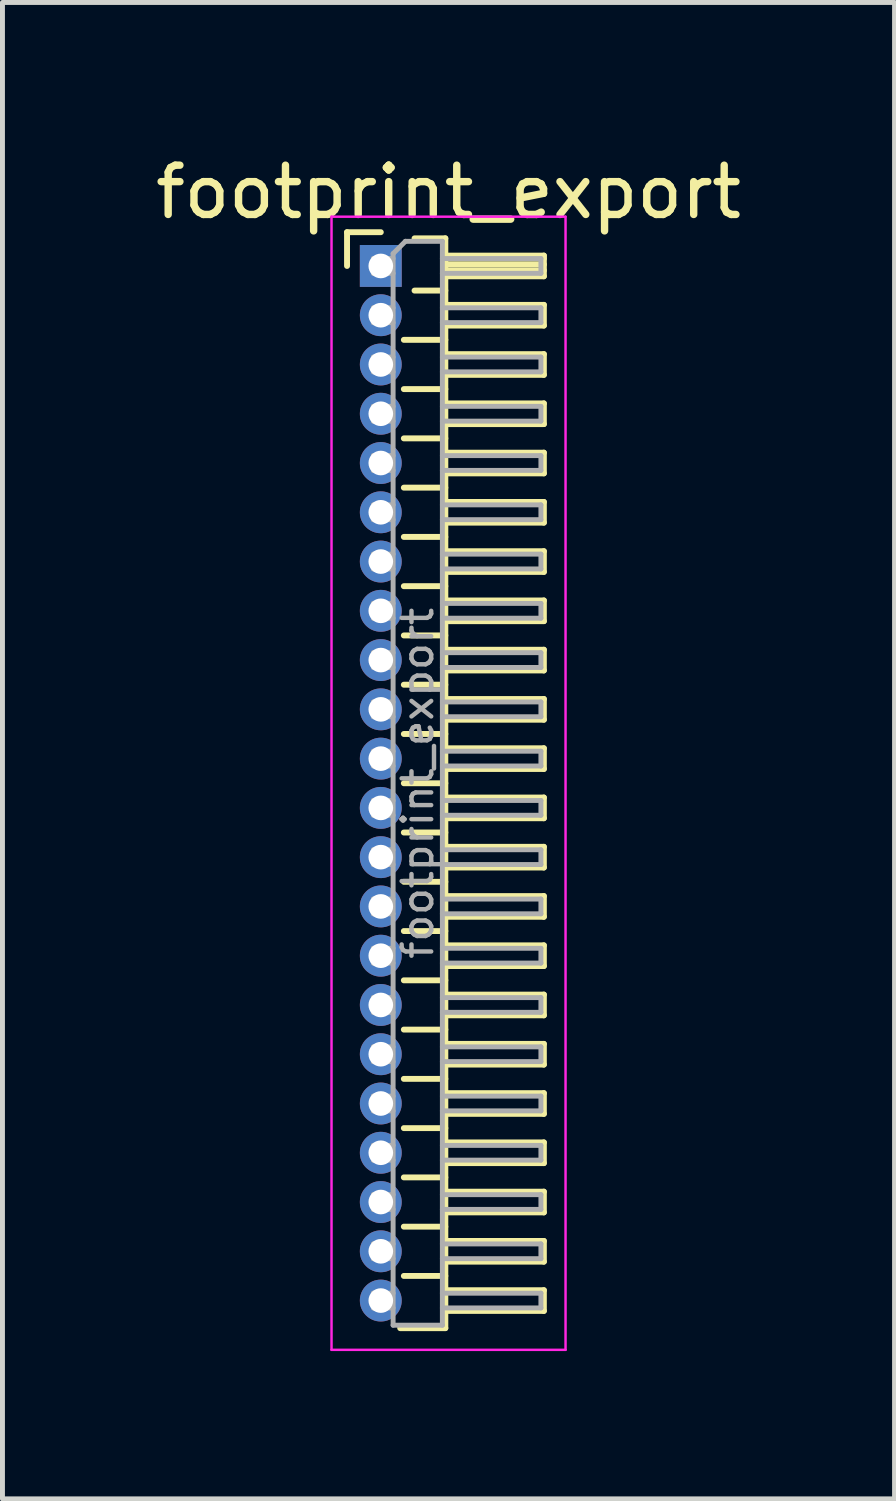
<source format=kicad_pcb>
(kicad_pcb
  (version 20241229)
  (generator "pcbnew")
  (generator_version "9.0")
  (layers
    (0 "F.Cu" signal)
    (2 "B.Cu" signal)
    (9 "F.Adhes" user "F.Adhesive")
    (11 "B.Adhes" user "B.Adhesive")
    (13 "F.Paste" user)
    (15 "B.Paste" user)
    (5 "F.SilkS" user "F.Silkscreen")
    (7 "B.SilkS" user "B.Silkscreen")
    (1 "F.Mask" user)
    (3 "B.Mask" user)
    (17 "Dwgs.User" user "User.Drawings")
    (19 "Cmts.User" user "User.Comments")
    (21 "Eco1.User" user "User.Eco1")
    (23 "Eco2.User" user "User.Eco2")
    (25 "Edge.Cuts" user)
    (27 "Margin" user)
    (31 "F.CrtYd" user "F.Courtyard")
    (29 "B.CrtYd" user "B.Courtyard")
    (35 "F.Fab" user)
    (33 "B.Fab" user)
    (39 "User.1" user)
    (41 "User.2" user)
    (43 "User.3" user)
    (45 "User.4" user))
  (footprint "footprint_export"
    (layer "F.Cu")
    (at 4.679 2.348)
    (property "Reference" "footprint_export" (at 1.375 -1.5 0) (layer "F.SilkS") (effects (font (size 1 1) (thickness 0.15))))
    (attr through_hole)
    (fp_line (start -0.685 -0.685) (end 0 -0.685) (stroke (width 0.12) (type solid)) (layer "F.SilkS"))
    (fp_line (start -0.685 0) (end -0.685 -0.685) (stroke (width 0.12) (type solid)) (layer "F.SilkS"))
    (fp_line (start 0.468 1.5) (end 1.31 1.5) (stroke (width 0.12) (type solid)) (layer "F.SilkS"))
    (fp_line (start 0.468 2.5) (end 1.31 2.5) (stroke (width 0.12) (type solid)) (layer "F.SilkS"))
    (fp_line (start 0.468 3.5) (end 1.31 3.5) (stroke (width 0.12) (type solid)) (layer "F.SilkS"))
    (fp_line (start 0.468 4.5) (end 1.31 4.5) (stroke (width 0.12) (type solid)) (layer "F.SilkS"))
    (fp_line (start 0.468 5.5) (end 1.31 5.5) (stroke (width 0.12) (type solid)) (layer "F.SilkS"))
    (fp_line (start 0.468 6.5) (end 1.31 6.5) (stroke (width 0.12) (type solid)) (layer "F.SilkS"))
    (fp_line (start 0.468 7.5) (end 1.31 7.5) (stroke (width 0.12) (type solid)) (layer "F.SilkS"))
    (fp_line (start 0.468 8.5) (end 1.31 8.5) (stroke (width 0.12) (type solid)) (layer "F.SilkS"))
    (fp_line (start 0.468 9.5) (end 1.31 9.5) (stroke (width 0.12) (type solid)) (layer "F.SilkS"))
    (fp_line (start 0.468 10.5) (end 1.31 10.5) (stroke (width 0.12) (type solid)) (layer "F.SilkS"))
    (fp_line (start 0.468 11.5) (end 1.31 11.5) (stroke (width 0.12) (type solid)) (layer "F.SilkS"))
    (fp_line (start 0.468 12.5) (end 1.31 12.5) (stroke (width 0.12) (type solid)) (layer "F.SilkS"))
    (fp_line (start 0.468 13.5) (end 1.31 13.5) (stroke (width 0.12) (type solid)) (layer "F.SilkS"))
    (fp_line (start 0.468 14.5) (end 1.31 14.5) (stroke (width 0.12) (type solid)) (layer "F.SilkS"))
    (fp_line (start 0.468 15.5) (end 1.31 15.5) (stroke (width 0.12) (type solid)) (layer "F.SilkS"))
    (fp_line (start 0.468 16.5) (end 1.31 16.5) (stroke (width 0.12) (type solid)) (layer "F.SilkS"))
    (fp_line (start 0.468 17.5) (end 1.31 17.5) (stroke (width 0.12) (type solid)) (layer "F.SilkS"))
    (fp_line (start 0.468 18.5) (end 1.31 18.5) (stroke (width 0.12) (type solid)) (layer "F.SilkS"))
    (fp_line (start 0.468 19.5) (end 1.31 19.5) (stroke (width 0.12) (type solid)) (layer "F.SilkS"))
    (fp_line (start 0.468 20.5) (end 1.31 20.5) (stroke (width 0.12) (type solid)) (layer "F.SilkS"))
    (fp_line (start 0.685 -0.56) (end 1.31 -0.56) (stroke (width 0.12) (type solid)) (layer "F.SilkS"))
    (fp_line (start 0.685 0.5) (end 1.31 0.5) (stroke (width 0.12) (type solid)) (layer "F.SilkS"))
    (fp_line (start 1.31 -0.56) (end 1.31 21.56) (stroke (width 0.12) (type solid)) (layer "F.SilkS"))
    (fp_line (start 1.31 -0.21) (end 3.31 -0.21) (stroke (width 0.12) (type solid)) (layer "F.SilkS"))
    (fp_line (start 1.31 -0.15) (end 3.31 -0.15) (stroke (width 0.12) (type solid)) (layer "F.SilkS"))
    (fp_line (start 1.31 -0.03) (end 3.31 -0.03) (stroke (width 0.12) (type solid)) (layer "F.SilkS"))
    (fp_line (start 1.31 0.09) (end 3.31 0.09) (stroke (width 0.12) (type solid)) (layer "F.SilkS"))
    (fp_line (start 1.31 0.79) (end 3.31 0.79) (stroke (width 0.12) (type solid)) (layer "F.SilkS"))
    (fp_line (start 1.31 1.79) (end 3.31 1.79) (stroke (width 0.12) (type solid)) (layer "F.SilkS"))
    (fp_line (start 1.31 2.79) (end 3.31 2.79) (stroke (width 0.12) (type solid)) (layer "F.SilkS"))
    (fp_line (start 1.31 3.79) (end 3.31 3.79) (stroke (width 0.12) (type solid)) (layer "F.SilkS"))
    (fp_line (start 1.31 4.79) (end 3.31 4.79) (stroke (width 0.12) (type solid)) (layer "F.SilkS"))
    (fp_line (start 1.31 5.79) (end 3.31 5.79) (stroke (width 0.12) (type solid)) (layer "F.SilkS"))
    (fp_line (start 1.31 6.79) (end 3.31 6.79) (stroke (width 0.12) (type solid)) (layer "F.SilkS"))
    (fp_line (start 1.31 7.79) (end 3.31 7.79) (stroke (width 0.12) (type solid)) (layer "F.SilkS"))
    (fp_line (start 1.31 8.79) (end 3.31 8.79) (stroke (width 0.12) (type solid)) (layer "F.SilkS"))
    (fp_line (start 1.31 9.79) (end 3.31 9.79) (stroke (width 0.12) (type solid)) (layer "F.SilkS"))
    (fp_line (start 1.31 10.79) (end 3.31 10.79) (stroke (width 0.12) (type solid)) (layer "F.SilkS"))
    (fp_line (start 1.31 11.79) (end 3.31 11.79) (stroke (width 0.12) (type solid)) (layer "F.SilkS"))
    (fp_line (start 1.31 12.79) (end 3.31 12.79) (stroke (width 0.12) (type solid)) (layer "F.SilkS"))
    (fp_line (start 1.31 13.79) (end 3.31 13.79) (stroke (width 0.12) (type solid)) (layer "F.SilkS"))
    (fp_line (start 1.31 14.79) (end 3.31 14.79) (stroke (width 0.12) (type solid)) (layer "F.SilkS"))
    (fp_line (start 1.31 15.79) (end 3.31 15.79) (stroke (width 0.12) (type solid)) (layer "F.SilkS"))
    (fp_line (start 1.31 16.79) (end 3.31 16.79) (stroke (width 0.12) (type solid)) (layer "F.SilkS"))
    (fp_line (start 1.31 17.79) (end 3.31 17.79) (stroke (width 0.12) (type solid)) (layer "F.SilkS"))
    (fp_line (start 1.31 18.79) (end 3.31 18.79) (stroke (width 0.12) (type solid)) (layer "F.SilkS"))
    (fp_line (start 1.31 19.79) (end 3.31 19.79) (stroke (width 0.12) (type solid)) (layer "F.SilkS"))
    (fp_line (start 1.31 20.79) (end 3.31 20.79) (stroke (width 0.12) (type solid)) (layer "F.SilkS"))
    (fp_line (start 1.31 21.56) (end 0.394 21.56) (stroke (width 0.12) (type solid)) (layer "F.SilkS"))
    (fp_line (start 3.31 -0.21) (end 3.31 0.21) (stroke (width 0.12) (type solid)) (layer "F.SilkS"))
    (fp_line (start 3.31 0.21) (end 1.31 0.21) (stroke (width 0.12) (type solid)) (layer "F.SilkS"))
    (fp_line (start 3.31 0.79) (end 3.31 1.21) (stroke (width 0.12) (type solid)) (layer "F.SilkS"))
    (fp_line (start 3.31 1.21) (end 1.31 1.21) (stroke (width 0.12) (type solid)) (layer "F.SilkS"))
    (fp_line (start 3.31 1.79) (end 3.31 2.21) (stroke (width 0.12) (type solid)) (layer "F.SilkS"))
    (fp_line (start 3.31 2.21) (end 1.31 2.21) (stroke (width 0.12) (type solid)) (layer "F.SilkS"))
    (fp_line (start 3.31 2.79) (end 3.31 3.21) (stroke (width 0.12) (type solid)) (layer "F.SilkS"))
    (fp_line (start 3.31 3.21) (end 1.31 3.21) (stroke (width 0.12) (type solid)) (layer "F.SilkS"))
    (fp_line (start 3.31 3.79) (end 3.31 4.21) (stroke (width 0.12) (type solid)) (layer "F.SilkS"))
    (fp_line (start 3.31 4.21) (end 1.31 4.21) (stroke (width 0.12) (type solid)) (layer "F.SilkS"))
    (fp_line (start 3.31 4.79) (end 3.31 5.21) (stroke (width 0.12) (type solid)) (layer "F.SilkS"))
    (fp_line (start 3.31 5.21) (end 1.31 5.21) (stroke (width 0.12) (type solid)) (layer "F.SilkS"))
    (fp_line (start 3.31 5.79) (end 3.31 6.21) (stroke (width 0.12) (type solid)) (layer "F.SilkS"))
    (fp_line (start 3.31 6.21) (end 1.31 6.21) (stroke (width 0.12) (type solid)) (layer "F.SilkS"))
    (fp_line (start 3.31 6.79) (end 3.31 7.21) (stroke (width 0.12) (type solid)) (layer "F.SilkS"))
    (fp_line (start 3.31 7.21) (end 1.31 7.21) (stroke (width 0.12) (type solid)) (layer "F.SilkS"))
    (fp_line (start 3.31 7.79) (end 3.31 8.21) (stroke (width 0.12) (type solid)) (layer "F.SilkS"))
    (fp_line (start 3.31 8.21) (end 1.31 8.21) (stroke (width 0.12) (type solid)) (layer "F.SilkS"))
    (fp_line (start 3.31 8.79) (end 3.31 9.21) (stroke (width 0.12) (type solid)) (layer "F.SilkS"))
    (fp_line (start 3.31 9.21) (end 1.31 9.21) (stroke (width 0.12) (type solid)) (layer "F.SilkS"))
    (fp_line (start 3.31 9.79) (end 3.31 10.21) (stroke (width 0.12) (type solid)) (layer "F.SilkS"))
    (fp_line (start 3.31 10.21) (end 1.31 10.21) (stroke (width 0.12) (type solid)) (layer "F.SilkS"))
    (fp_line (start 3.31 10.79) (end 3.31 11.21) (stroke (width 0.12) (type solid)) (layer "F.SilkS"))
    (fp_line (start 3.31 11.21) (end 1.31 11.21) (stroke (width 0.12) (type solid)) (layer "F.SilkS"))
    (fp_line (start 3.31 11.79) (end 3.31 12.21) (stroke (width 0.12) (type solid)) (layer "F.SilkS"))
    (fp_line (start 3.31 12.21) (end 1.31 12.21) (stroke (width 0.12) (type solid)) (layer "F.SilkS"))
    (fp_line (start 3.31 12.79) (end 3.31 13.21) (stroke (width 0.12) (type solid)) (layer "F.SilkS"))
    (fp_line (start 3.31 13.21) (end 1.31 13.21) (stroke (width 0.12) (type solid)) (layer "F.SilkS"))
    (fp_line (start 3.31 13.79) (end 3.31 14.21) (stroke (width 0.12) (type solid)) (layer "F.SilkS"))
    (fp_line (start 3.31 14.21) (end 1.31 14.21) (stroke (width 0.12) (type solid)) (layer "F.SilkS"))
    (fp_line (start 3.31 14.79) (end 3.31 15.21) (stroke (width 0.12) (type solid)) (layer "F.SilkS"))
    (fp_line (start 3.31 15.21) (end 1.31 15.21) (stroke (width 0.12) (type solid)) (layer "F.SilkS"))
    (fp_line (start 3.31 15.79) (end 3.31 16.21) (stroke (width 0.12) (type solid)) (layer "F.SilkS"))
    (fp_line (start 3.31 16.21) (end 1.31 16.21) (stroke (width 0.12) (type solid)) (layer "F.SilkS"))
    (fp_line (start 3.31 16.79) (end 3.31 17.21) (stroke (width 0.12) (type solid)) (layer "F.SilkS"))
    (fp_line (start 3.31 17.21) (end 1.31 17.21) (stroke (width 0.12) (type solid)) (layer "F.SilkS"))
    (fp_line (start 3.31 17.79) (end 3.31 18.21) (stroke (width 0.12) (type solid)) (layer "F.SilkS"))
    (fp_line (start 3.31 18.21) (end 1.31 18.21) (stroke (width 0.12) (type solid)) (layer "F.SilkS"))
    (fp_line (start 3.31 18.79) (end 3.31 19.21) (stroke (width 0.12) (type solid)) (layer "F.SilkS"))
    (fp_line (start 3.31 19.21) (end 1.31 19.21) (stroke (width 0.12) (type solid)) (layer "F.SilkS"))
    (fp_line (start 3.31 19.79) (end 3.31 20.21) (stroke (width 0.12) (type solid)) (layer "F.SilkS"))
    (fp_line (start 3.31 20.21) (end 1.31 20.21) (stroke (width 0.12) (type solid)) (layer "F.SilkS"))
    (fp_line (start 3.31 20.79) (end 3.31 21.21) (stroke (width 0.12) (type solid)) (layer "F.SilkS"))
    (fp_line (start 3.31 21.21) (end 1.31 21.21) (stroke (width 0.12) (type solid)) (layer "F.SilkS"))
    (fp_line (start -1 -1) (end -1 22) (stroke (width 0.05) (type solid)) (layer "F.CrtYd"))
    (fp_line (start -1 22) (end 3.75 22) (stroke (width 0.05) (type solid)) (layer "F.CrtYd"))
    (fp_line (start 3.75 -1) (end -1 -1) (stroke (width 0.05) (type solid)) (layer "F.CrtYd"))
    (fp_line (start 3.75 22) (end 3.75 -1) (stroke (width 0.05) (type solid)) (layer "F.CrtYd"))
    (fp_line (start -0.15 -0.15) (end -0.15 0.15) (stroke (width 0.1) (type solid)) (layer "F.Fab"))
    (fp_line (start -0.15 -0.15) (end 0.25 -0.15) (stroke (width 0.1) (type solid)) (layer "F.Fab"))
    (fp_line (start -0.15 0.15) (end 0.25 0.15) (stroke (width 0.1) (type solid)) (layer "F.Fab"))
    (fp_line (start -0.15 0.85) (end -0.15 1.15) (stroke (width 0.1) (type solid)) (layer "F.Fab"))
    (fp_line (start -0.15 0.85) (end 0.25 0.85) (stroke (width 0.1) (type solid)) (layer "F.Fab"))
    (fp_line (start -0.15 1.15) (end 0.25 1.15) (stroke (width 0.1) (type solid)) (layer "F.Fab"))
    (fp_line (start -0.15 1.85) (end -0.15 2.15) (stroke (width 0.1) (type solid)) (layer "F.Fab"))
    (fp_line (start -0.15 1.85) (end 0.25 1.85) (stroke (width 0.1) (type solid)) (layer "F.Fab"))
    (fp_line (start -0.15 2.15) (end 0.25 2.15) (stroke (width 0.1) (type solid)) (layer "F.Fab"))
    (fp_line (start -0.15 2.85) (end -0.15 3.15) (stroke (width 0.1) (type solid)) (layer "F.Fab"))
    (fp_line (start -0.15 2.85) (end 0.25 2.85) (stroke (width 0.1) (type solid)) (layer "F.Fab"))
    (fp_line (start -0.15 3.15) (end 0.25 3.15) (stroke (width 0.1) (type solid)) (layer "F.Fab"))
    (fp_line (start -0.15 3.85) (end -0.15 4.15) (stroke (width 0.1) (type solid)) (layer "F.Fab"))
    (fp_line (start -0.15 3.85) (end 0.25 3.85) (stroke (width 0.1) (type solid)) (layer "F.Fab"))
    (fp_line (start -0.15 4.15) (end 0.25 4.15) (stroke (width 0.1) (type solid)) (layer "F.Fab"))
    (fp_line (start -0.15 4.85) (end -0.15 5.15) (stroke (width 0.1) (type solid)) (layer "F.Fab"))
    (fp_line (start -0.15 4.85) (end 0.25 4.85) (stroke (width 0.1) (type solid)) (layer "F.Fab"))
    (fp_line (start -0.15 5.15) (end 0.25 5.15) (stroke (width 0.1) (type solid)) (layer "F.Fab"))
    (fp_line (start -0.15 5.85) (end -0.15 6.15) (stroke (width 0.1) (type solid)) (layer "F.Fab"))
    (fp_line (start -0.15 5.85) (end 0.25 5.85) (stroke (width 0.1) (type solid)) (layer "F.Fab"))
    (fp_line (start -0.15 6.15) (end 0.25 6.15) (stroke (width 0.1) (type solid)) (layer "F.Fab"))
    (fp_line (start -0.15 6.85) (end -0.15 7.15) (stroke (width 0.1) (type solid)) (layer "F.Fab"))
    (fp_line (start -0.15 6.85) (end 0.25 6.85) (stroke (width 0.1) (type solid)) (layer "F.Fab"))
    (fp_line (start -0.15 7.15) (end 0.25 7.15) (stroke (width 0.1) (type solid)) (layer "F.Fab"))
    (fp_line (start -0.15 7.85) (end -0.15 8.15) (stroke (width 0.1) (type solid)) (layer "F.Fab"))
    (fp_line (start -0.15 7.85) (end 0.25 7.85) (stroke (width 0.1) (type solid)) (layer "F.Fab"))
    (fp_line (start -0.15 8.15) (end 0.25 8.15) (stroke (width 0.1) (type solid)) (layer "F.Fab"))
    (fp_line (start -0.15 8.85) (end -0.15 9.15) (stroke (width 0.1) (type solid)) (layer "F.Fab"))
    (fp_line (start -0.15 8.85) (end 0.25 8.85) (stroke (width 0.1) (type solid)) (layer "F.Fab"))
    (fp_line (start -0.15 9.15) (end 0.25 9.15) (stroke (width 0.1) (type solid)) (layer "F.Fab"))
    (fp_line (start -0.15 9.85) (end -0.15 10.15) (stroke (width 0.1) (type solid)) (layer "F.Fab"))
    (fp_line (start -0.15 9.85) (end 0.25 9.85) (stroke (width 0.1) (type solid)) (layer "F.Fab"))
    (fp_line (start -0.15 10.15) (end 0.25 10.15) (stroke (width 0.1) (type solid)) (layer "F.Fab"))
    (fp_line (start -0.15 10.85) (end -0.15 11.15) (stroke (width 0.1) (type solid)) (layer "F.Fab"))
    (fp_line (start -0.15 10.85) (end 0.25 10.85) (stroke (width 0.1) (type solid)) (layer "F.Fab"))
    (fp_line (start -0.15 11.15) (end 0.25 11.15) (stroke (width 0.1) (type solid)) (layer "F.Fab"))
    (fp_line (start -0.15 11.85) (end -0.15 12.15) (stroke (width 0.1) (type solid)) (layer "F.Fab"))
    (fp_line (start -0.15 11.85) (end 0.25 11.85) (stroke (width 0.1) (type solid)) (layer "F.Fab"))
    (fp_line (start -0.15 12.15) (end 0.25 12.15) (stroke (width 0.1) (type solid)) (layer "F.Fab"))
    (fp_line (start -0.15 12.85) (end -0.15 13.15) (stroke (width 0.1) (type solid)) (layer "F.Fab"))
    (fp_line (start -0.15 12.85) (end 0.25 12.85) (stroke (width 0.1) (type solid)) (layer "F.Fab"))
    (fp_line (start -0.15 13.15) (end 0.25 13.15) (stroke (width 0.1) (type solid)) (layer "F.Fab"))
    (fp_line (start -0.15 13.85) (end -0.15 14.15) (stroke (width 0.1) (type solid)) (layer "F.Fab"))
    (fp_line (start -0.15 13.85) (end 0.25 13.85) (stroke (width 0.1) (type solid)) (layer "F.Fab"))
    (fp_line (start -0.15 14.15) (end 0.25 14.15) (stroke (width 0.1) (type solid)) (layer "F.Fab"))
    (fp_line (start -0.15 14.85) (end -0.15 15.15) (stroke (width 0.1) (type solid)) (layer "F.Fab"))
    (fp_line (start -0.15 14.85) (end 0.25 14.85) (stroke (width 0.1) (type solid)) (layer "F.Fab"))
    (fp_line (start -0.15 15.15) (end 0.25 15.15) (stroke (width 0.1) (type solid)) (layer "F.Fab"))
    (fp_line (start -0.15 15.85) (end -0.15 16.15) (stroke (width 0.1) (type solid)) (layer "F.Fab"))
    (fp_line (start -0.15 15.85) (end 0.25 15.85) (stroke (width 0.1) (type solid)) (layer "F.Fab"))
    (fp_line (start -0.15 16.15) (end 0.25 16.15) (stroke (width 0.1) (type solid)) (layer "F.Fab"))
    (fp_line (start -0.15 16.85) (end -0.15 17.15) (stroke (width 0.1) (type solid)) (layer "F.Fab"))
    (fp_line (start -0.15 16.85) (end 0.25 16.85) (stroke (width 0.1) (type solid)) (layer "F.Fab"))
    (fp_line (start -0.15 17.15) (end 0.25 17.15) (stroke (width 0.1) (type solid)) (layer "F.Fab"))
    (fp_line (start -0.15 17.85) (end -0.15 18.15) (stroke (width 0.1) (type solid)) (layer "F.Fab"))
    (fp_line (start -0.15 17.85) (end 0.25 17.85) (stroke (width 0.1) (type solid)) (layer "F.Fab"))
    (fp_line (start -0.15 18.15) (end 0.25 18.15) (stroke (width 0.1) (type solid)) (layer "F.Fab"))
    (fp_line (start -0.15 18.85) (end -0.15 19.15) (stroke (width 0.1) (type solid)) (layer "F.Fab"))
    (fp_line (start -0.15 18.85) (end 0.25 18.85) (stroke (width 0.1) (type solid)) (layer "F.Fab"))
    (fp_line (start -0.15 19.15) (end 0.25 19.15) (stroke (width 0.1) (type solid)) (layer "F.Fab"))
    (fp_line (start -0.15 19.85) (end -0.15 20.15) (stroke (width 0.1) (type solid)) (layer "F.Fab"))
    (fp_line (start -0.15 19.85) (end 0.25 19.85) (stroke (width 0.1) (type solid)) (layer "F.Fab"))
    (fp_line (start -0.15 20.15) (end 0.25 20.15) (stroke (width 0.1) (type solid)) (layer "F.Fab"))
    (fp_line (start -0.15 20.85) (end -0.15 21.15) (stroke (width 0.1) (type solid)) (layer "F.Fab"))
    (fp_line (start -0.15 20.85) (end 0.25 20.85) (stroke (width 0.1) (type solid)) (layer "F.Fab"))
    (fp_line (start -0.15 21.15) (end 0.25 21.15) (stroke (width 0.1) (type solid)) (layer "F.Fab"))
    (fp_line (start 0.25 -0.25) (end 0.5 -0.5) (stroke (width 0.1) (type solid)) (layer "F.Fab"))
    (fp_line (start 0.25 21.5) (end 0.25 -0.25) (stroke (width 0.1) (type solid)) (layer "F.Fab"))
    (fp_line (start 0.5 -0.5) (end 1.25 -0.5) (stroke (width 0.1) (type solid)) (layer "F.Fab"))
    (fp_line (start 1.25 -0.5) (end 1.25 21.5) (stroke (width 0.1) (type solid)) (layer "F.Fab"))
    (fp_line (start 1.25 -0.15) (end 3.25 -0.15) (stroke (width 0.1) (type solid)) (layer "F.Fab"))
    (fp_line (start 1.25 0.15) (end 3.25 0.15) (stroke (width 0.1) (type solid)) (layer "F.Fab"))
    (fp_line (start 1.25 0.85) (end 3.25 0.85) (stroke (width 0.1) (type solid)) (layer "F.Fab"))
    (fp_line (start 1.25 1.15) (end 3.25 1.15) (stroke (width 0.1) (type solid)) (layer "F.Fab"))
    (fp_line (start 1.25 1.85) (end 3.25 1.85) (stroke (width 0.1) (type solid)) (layer "F.Fab"))
    (fp_line (start 1.25 2.15) (end 3.25 2.15) (stroke (width 0.1) (type solid)) (layer "F.Fab"))
    (fp_line (start 1.25 2.85) (end 3.25 2.85) (stroke (width 0.1) (type solid)) (layer "F.Fab"))
    (fp_line (start 1.25 3.15) (end 3.25 3.15) (stroke (width 0.1) (type solid)) (layer "F.Fab"))
    (fp_line (start 1.25 3.85) (end 3.25 3.85) (stroke (width 0.1) (type solid)) (layer "F.Fab"))
    (fp_line (start 1.25 4.15) (end 3.25 4.15) (stroke (width 0.1) (type solid)) (layer "F.Fab"))
    (fp_line (start 1.25 4.85) (end 3.25 4.85) (stroke (width 0.1) (type solid)) (layer "F.Fab"))
    (fp_line (start 1.25 5.15) (end 3.25 5.15) (stroke (width 0.1) (type solid)) (layer "F.Fab"))
    (fp_line (start 1.25 5.85) (end 3.25 5.85) (stroke (width 0.1) (type solid)) (layer "F.Fab"))
    (fp_line (start 1.25 6.15) (end 3.25 6.15) (stroke (width 0.1) (type solid)) (layer "F.Fab"))
    (fp_line (start 1.25 6.85) (end 3.25 6.85) (stroke (width 0.1) (type solid)) (layer "F.Fab"))
    (fp_line (start 1.25 7.15) (end 3.25 7.15) (stroke (width 0.1) (type solid)) (layer "F.Fab"))
    (fp_line (start 1.25 7.85) (end 3.25 7.85) (stroke (width 0.1) (type solid)) (layer "F.Fab"))
    (fp_line (start 1.25 8.15) (end 3.25 8.15) (stroke (width 0.1) (type solid)) (layer "F.Fab"))
    (fp_line (start 1.25 8.85) (end 3.25 8.85) (stroke (width 0.1) (type solid)) (layer "F.Fab"))
    (fp_line (start 1.25 9.15) (end 3.25 9.15) (stroke (width 0.1) (type solid)) (layer "F.Fab"))
    (fp_line (start 1.25 9.85) (end 3.25 9.85) (stroke (width 0.1) (type solid)) (layer "F.Fab"))
    (fp_line (start 1.25 10.15) (end 3.25 10.15) (stroke (width 0.1) (type solid)) (layer "F.Fab"))
    (fp_line (start 1.25 10.85) (end 3.25 10.85) (stroke (width 0.1) (type solid)) (layer "F.Fab"))
    (fp_line (start 1.25 11.15) (end 3.25 11.15) (stroke (width 0.1) (type solid)) (layer "F.Fab"))
    (fp_line (start 1.25 11.85) (end 3.25 11.85) (stroke (width 0.1) (type solid)) (layer "F.Fab"))
    (fp_line (start 1.25 12.15) (end 3.25 12.15) (stroke (width 0.1) (type solid)) (layer "F.Fab"))
    (fp_line (start 1.25 12.85) (end 3.25 12.85) (stroke (width 0.1) (type solid)) (layer "F.Fab"))
    (fp_line (start 1.25 13.15) (end 3.25 13.15) (stroke (width 0.1) (type solid)) (layer "F.Fab"))
    (fp_line (start 1.25 13.85) (end 3.25 13.85) (stroke (width 0.1) (type solid)) (layer "F.Fab"))
    (fp_line (start 1.25 14.15) (end 3.25 14.15) (stroke (width 0.1) (type solid)) (layer "F.Fab"))
    (fp_line (start 1.25 14.85) (end 3.25 14.85) (stroke (width 0.1) (type solid)) (layer "F.Fab"))
    (fp_line (start 1.25 15.15) (end 3.25 15.15) (stroke (width 0.1) (type solid)) (layer "F.Fab"))
    (fp_line (start 1.25 15.85) (end 3.25 15.85) (stroke (width 0.1) (type solid)) (layer "F.Fab"))
    (fp_line (start 1.25 16.15) (end 3.25 16.15) (stroke (width 0.1) (type solid)) (layer "F.Fab"))
    (fp_line (start 1.25 16.85) (end 3.25 16.85) (stroke (width 0.1) (type solid)) (layer "F.Fab"))
    (fp_line (start 1.25 17.15) (end 3.25 17.15) (stroke (width 0.1) (type solid)) (layer "F.Fab"))
    (fp_line (start 1.25 17.85) (end 3.25 17.85) (stroke (width 0.1) (type solid)) (layer "F.Fab"))
    (fp_line (start 1.25 18.15) (end 3.25 18.15) (stroke (width 0.1) (type solid)) (layer "F.Fab"))
    (fp_line (start 1.25 18.85) (end 3.25 18.85) (stroke (width 0.1) (type solid)) (layer "F.Fab"))
    (fp_line (start 1.25 19.15) (end 3.25 19.15) (stroke (width 0.1) (type solid)) (layer "F.Fab"))
    (fp_line (start 1.25 19.85) (end 3.25 19.85) (stroke (width 0.1) (type solid)) (layer "F.Fab"))
    (fp_line (start 1.25 20.15) (end 3.25 20.15) (stroke (width 0.1) (type solid)) (layer "F.Fab"))
    (fp_line (start 1.25 20.85) (end 3.25 20.85) (stroke (width 0.1) (type solid)) (layer "F.Fab"))
    (fp_line (start 1.25 21.15) (end 3.25 21.15) (stroke (width 0.1) (type solid)) (layer "F.Fab"))
    (fp_line (start 1.25 21.5) (end 0.25 21.5) (stroke (width 0.1) (type solid)) (layer "F.Fab"))
    (fp_line (start 3.25 -0.15) (end 3.25 0.15) (stroke (width 0.1) (type solid)) (layer "F.Fab"))
    (fp_line (start 3.25 0.85) (end 3.25 1.15) (stroke (width 0.1) (type solid)) (layer "F.Fab"))
    (fp_line (start 3.25 1.85) (end 3.25 2.15) (stroke (width 0.1) (type solid)) (layer "F.Fab"))
    (fp_line (start 3.25 2.85) (end 3.25 3.15) (stroke (width 0.1) (type solid)) (layer "F.Fab"))
    (fp_line (start 3.25 3.85) (end 3.25 4.15) (stroke (width 0.1) (type solid)) (layer "F.Fab"))
    (fp_line (start 3.25 4.85) (end 3.25 5.15) (stroke (width 0.1) (type solid)) (layer "F.Fab"))
    (fp_line (start 3.25 5.85) (end 3.25 6.15) (stroke (width 0.1) (type solid)) (layer "F.Fab"))
    (fp_line (start 3.25 6.85) (end 3.25 7.15) (stroke (width 0.1) (type solid)) (layer "F.Fab"))
    (fp_line (start 3.25 7.85) (end 3.25 8.15) (stroke (width 0.1) (type solid)) (layer "F.Fab"))
    (fp_line (start 3.25 8.85) (end 3.25 9.15) (stroke (width 0.1) (type solid)) (layer "F.Fab"))
    (fp_line (start 3.25 9.85) (end 3.25 10.15) (stroke (width 0.1) (type solid)) (layer "F.Fab"))
    (fp_line (start 3.25 10.85) (end 3.25 11.15) (stroke (width 0.1) (type solid)) (layer "F.Fab"))
    (fp_line (start 3.25 11.85) (end 3.25 12.15) (stroke (width 0.1) (type solid)) (layer "F.Fab"))
    (fp_line (start 3.25 12.85) (end 3.25 13.15) (stroke (width 0.1) (type solid)) (layer "F.Fab"))
    (fp_line (start 3.25 13.85) (end 3.25 14.15) (stroke (width 0.1) (type solid)) (layer "F.Fab"))
    (fp_line (start 3.25 14.85) (end 3.25 15.15) (stroke (width 0.1) (type solid)) (layer "F.Fab"))
    (fp_line (start 3.25 15.85) (end 3.25 16.15) (stroke (width 0.1) (type solid)) (layer "F.Fab"))
    (fp_line (start 3.25 16.85) (end 3.25 17.15) (stroke (width 0.1) (type solid)) (layer "F.Fab"))
    (fp_line (start 3.25 17.85) (end 3.25 18.15) (stroke (width 0.1) (type solid)) (layer "F.Fab"))
    (fp_line (start 3.25 18.85) (end 3.25 19.15) (stroke (width 0.1) (type solid)) (layer "F.Fab"))
    (fp_line (start 3.25 19.85) (end 3.25 20.15) (stroke (width 0.1) (type solid)) (layer "F.Fab"))
    (fp_line (start 3.25 20.85) (end 3.25 21.15) (stroke (width 0.1) (type solid)) (layer "F.Fab"))
    (fp_text user "${REFERENCE}" (at 0.75 10.5 90) (layer "F.Fab") (effects (font (size 0.6 0.6) (thickness 0.09))))
    (pad "1" thru_hole rect (at 0 0) (size 0.85 0.85) (drill 0.5) (layers "*.Cu" "*.Mask"))
    (pad "2" thru_hole oval (at 0 1) (size 0.85 0.85) (drill 0.5) (layers "*.Cu" "*.Mask"))
    (pad "3" thru_hole oval (at 0 2) (size 0.85 0.85) (drill 0.5) (layers "*.Cu" "*.Mask"))
    (pad "4" thru_hole oval (at 0 3) (size 0.85 0.85) (drill 0.5) (layers "*.Cu" "*.Mask"))
    (pad "5" thru_hole oval (at 0 4) (size 0.85 0.85) (drill 0.5) (layers "*.Cu" "*.Mask"))
    (pad "6" thru_hole oval (at 0 5) (size 0.85 0.85) (drill 0.5) (layers "*.Cu" "*.Mask"))
    (pad "7" thru_hole oval (at 0 6) (size 0.85 0.85) (drill 0.5) (layers "*.Cu" "*.Mask"))
    (pad "8" thru_hole oval (at 0 7) (size 0.85 0.85) (drill 0.5) (layers "*.Cu" "*.Mask"))
    (pad "9" thru_hole oval (at 0 8) (size 0.85 0.85) (drill 0.5) (layers "*.Cu" "*.Mask"))
    (pad "10" thru_hole oval (at 0 9) (size 0.85 0.85) (drill 0.5) (layers "*.Cu" "*.Mask"))
    (pad "11" thru_hole oval (at 0 10) (size 0.85 0.85) (drill 0.5) (layers "*.Cu" "*.Mask"))
    (pad "12" thru_hole oval (at 0 11) (size 0.85 0.85) (drill 0.5) (layers "*.Cu" "*.Mask"))
    (pad "13" thru_hole oval (at 0 12) (size 0.85 0.85) (drill 0.5) (layers "*.Cu" "*.Mask"))
    (pad "14" thru_hole oval (at 0 13) (size 0.85 0.85) (drill 0.5) (layers "*.Cu" "*.Mask"))
    (pad "15" thru_hole oval (at 0 14) (size 0.85 0.85) (drill 0.5) (layers "*.Cu" "*.Mask"))
    (pad "16" thru_hole oval (at 0 15) (size 0.85 0.85) (drill 0.5) (layers "*.Cu" "*.Mask"))
    (pad "17" thru_hole oval (at 0 16) (size 0.85 0.85) (drill 0.5) (layers "*.Cu" "*.Mask"))
    (pad "18" thru_hole oval (at 0 17) (size 0.85 0.85) (drill 0.5) (layers "*.Cu" "*.Mask"))
    (pad "19" thru_hole oval (at 0 18) (size 0.85 0.85) (drill 0.5) (layers "*.Cu" "*.Mask"))
    (pad "20" thru_hole oval (at 0 19) (size 0.85 0.85) (drill 0.5) (layers "*.Cu" "*.Mask"))
    (pad "21" thru_hole oval (at 0 20) (size 0.85 0.85) (drill 0.5) (layers "*.Cu" "*.Mask"))
    (pad "22" thru_hole oval (at 0 21) (size 0.85 0.85) (drill 0.5) (layers "*.Cu" "*.Mask")))
  (gr_rect
    (start -3 -3)
    (end 15.107 27.373)
    (stroke (width 0.1) (type default))
    (fill no)
    (layer "Edge.Cuts")))
</source>
